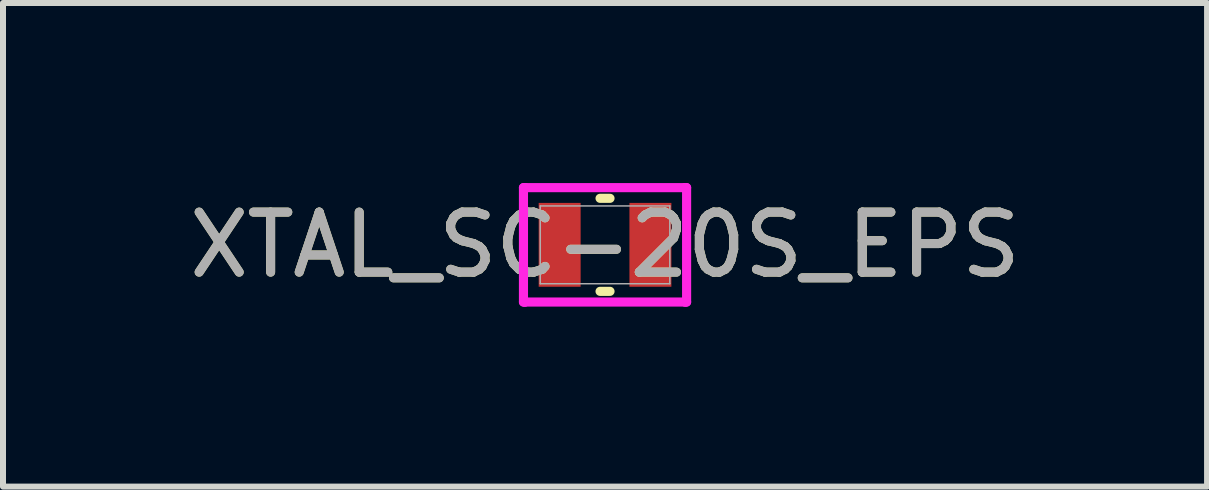
<source format=kicad_pcb>
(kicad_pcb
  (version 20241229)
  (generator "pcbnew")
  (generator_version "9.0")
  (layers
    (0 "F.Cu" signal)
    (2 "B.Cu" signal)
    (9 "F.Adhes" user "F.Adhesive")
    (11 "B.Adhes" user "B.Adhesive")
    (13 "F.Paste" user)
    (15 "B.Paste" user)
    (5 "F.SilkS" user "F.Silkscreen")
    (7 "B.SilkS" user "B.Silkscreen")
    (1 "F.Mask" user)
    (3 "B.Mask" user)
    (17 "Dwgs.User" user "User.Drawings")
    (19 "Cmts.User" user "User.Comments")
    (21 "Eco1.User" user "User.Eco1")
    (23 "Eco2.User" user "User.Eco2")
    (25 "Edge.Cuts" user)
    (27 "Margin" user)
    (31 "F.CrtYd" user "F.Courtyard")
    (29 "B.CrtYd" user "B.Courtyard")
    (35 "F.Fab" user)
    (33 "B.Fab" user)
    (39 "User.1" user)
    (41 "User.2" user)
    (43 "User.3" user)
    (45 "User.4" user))
  (footprint "XTAL_SC-20S_EPS"
    (layer "F.Cu")
    (at 7.03 1.029)
    (property "Reference" "XTAL_SC-20S_EPS" (at 0 0 0) (unlocked yes) (layer "F.SilkS") (effects (font (size 1 1) (thickness 0.15))))
    (attr smd)
    (fp_line (start -0.083 0.775) (end 0.083 0.775) (stroke (width 0.152) (type solid)) (layer "F.SilkS"))
    (fp_line (start 0.083 -0.775) (end -0.083 -0.775) (stroke (width 0.152) (type solid)) (layer "F.SilkS"))
    (fp_line (start -1.359 -0.953) (end -1.333 -0.953) (stroke (width 0.152) (type solid)) (layer "F.CrtYd"))
    (fp_line (start -1.359 0.953) (end -1.359 -0.953) (stroke (width 0.152) (type solid)) (layer "F.CrtYd"))
    (fp_line (start -1.333 -0.953) (end -1.333 -0.953) (stroke (width 0.152) (type solid)) (layer "F.CrtYd"))
    (fp_line (start -1.333 -0.953) (end 1.333 -0.953) (stroke (width 0.152) (type solid)) (layer "F.CrtYd"))
    (fp_line (start -1.333 0.953) (end -1.359 0.953) (stroke (width 0.152) (type solid)) (layer "F.CrtYd"))
    (fp_line (start -1.333 0.953) (end -1.333 0.953) (stroke (width 0.152) (type solid)) (layer "F.CrtYd"))
    (fp_line (start 1.333 -0.953) (end 1.333 -0.953) (stroke (width 0.152) (type solid)) (layer "F.CrtYd"))
    (fp_line (start 1.333 -0.953) (end 1.359 -0.953) (stroke (width 0.152) (type solid)) (layer "F.CrtYd"))
    (fp_line (start 1.333 0.953) (end -1.333 0.953) (stroke (width 0.152) (type solid)) (layer "F.CrtYd"))
    (fp_line (start 1.333 0.953) (end 1.333 0.953) (stroke (width 0.152) (type solid)) (layer "F.CrtYd"))
    (fp_line (start 1.359 -0.953) (end 1.359 0.953) (stroke (width 0.152) (type solid)) (layer "F.CrtYd"))
    (fp_line (start 1.359 0.953) (end 1.333 0.953) (stroke (width 0.152) (type solid)) (layer "F.CrtYd"))
    (fp_line (start -1.079 -0.648) (end -1.079 0.648) (stroke (width 0.025) (type solid)) (layer "F.Fab"))
    (fp_line (start -1.079 0.648) (end 1.079 0.648) (stroke (width 0.025) (type solid)) (layer "F.Fab"))
    (fp_line (start 1.079 -0.648) (end -1.079 -0.648) (stroke (width 0.025) (type solid)) (layer "F.Fab"))
    (fp_line (start 1.079 0.648) (end 1.079 -0.648) (stroke (width 0.025) (type solid)) (layer "F.Fab"))
    (fp_text user "${REFERENCE}" (at 0 0 0) (unlocked yes) (layer "F.Fab") (effects (font (size 1 1) (thickness 0.15))))
    (pad "1" smd rect (at -0.756 0) (size 0.699 1.397) (layers "F.Cu" "F.Mask" "F.Paste"))
    (pad "2" smd rect (at 0.756 0) (size 0.699 1.397) (layers "F.Cu" "F.Mask" "F.Paste"))
    (zone (net_name "") (layer "F.Cu") (hatch full 0.508) (connect_pads) (min_thickness 0.254) (filled_areas_thickness no) (keepout (tracks not_allowed) (vias not_allowed) (pads allowed) (copperpour not_allowed) (footprints allowed)) (placement (enabled no)) (fill) (polygon (pts (xy 6.674 0.381) (xy 7.385 0.381) (xy 7.385 1.676) (xy 6.674 1.676)))))
  (gr_rect
    (start -3 -3)
    (end 17.06 5.057)
    (stroke (width 0.1) (type default))
    (fill no)
    (layer "Edge.Cuts")))
</source>
